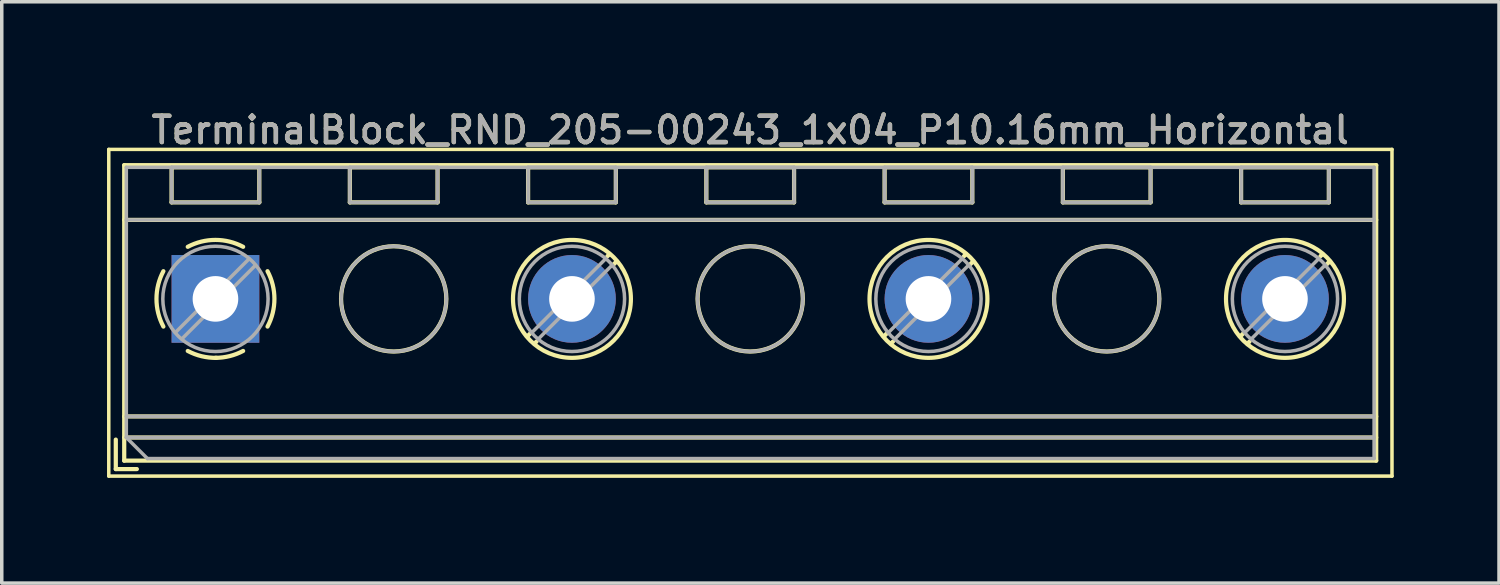
<source format=kicad_pcb>
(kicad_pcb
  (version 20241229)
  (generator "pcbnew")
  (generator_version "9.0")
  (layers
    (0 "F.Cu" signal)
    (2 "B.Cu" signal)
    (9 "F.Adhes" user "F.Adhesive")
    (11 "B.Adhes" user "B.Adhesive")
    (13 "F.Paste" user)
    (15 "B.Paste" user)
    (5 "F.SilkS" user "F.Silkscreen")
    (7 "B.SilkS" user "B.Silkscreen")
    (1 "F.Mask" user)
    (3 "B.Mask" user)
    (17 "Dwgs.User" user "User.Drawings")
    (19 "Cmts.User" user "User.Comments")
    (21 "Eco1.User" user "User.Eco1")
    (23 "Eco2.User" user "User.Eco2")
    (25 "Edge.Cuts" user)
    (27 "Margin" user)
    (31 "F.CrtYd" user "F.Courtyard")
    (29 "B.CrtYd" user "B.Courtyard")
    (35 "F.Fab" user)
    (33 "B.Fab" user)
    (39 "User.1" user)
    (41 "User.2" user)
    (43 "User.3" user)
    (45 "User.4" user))
  (footprint "TerminalBlock_RND_205-00243_1x04_P10.16mm_Horizontal"
    (layer "F.Cu")
    (at 3.09 5.468)
    (property "Reference" "TerminalBlock_RND_205-00243_1x04_P10.16mm_Horizontal" (at 15.24 -4.81 0) (layer "F.SilkS") (effects (font (size 0.75 0.75) (thickness 0.125))))
    (attr through_hole)
    (fp_line (start -3.04 -4.26) (end -3.04 5.05) (stroke (width 0.1) (type solid)) (layer "F.SilkS"))
    (fp_line (start -3.04 5.05) (end 33.53 5.05) (stroke (width 0.1) (type solid)) (layer "F.SilkS"))
    (fp_line (start -2.84 4.01) (end -2.84 4.85) (stroke (width 0.12) (type solid)) (layer "F.SilkS"))
    (fp_line (start -2.84 4.85) (end -2.24 4.85) (stroke (width 0.12) (type solid)) (layer "F.SilkS"))
    (fp_line (start -2.6 -3.811) (end -2.6 4.61) (stroke (width 0.12) (type solid)) (layer "F.SilkS"))
    (fp_line (start -2.6 -3.811) (end 33.08 -3.811) (stroke (width 0.12) (type solid)) (layer "F.SilkS"))
    (fp_line (start -2.6 -2.251) (end 33.08 -2.251) (stroke (width 0.12) (type solid)) (layer "F.SilkS"))
    (fp_line (start -2.6 3.35) (end 33.08 3.35) (stroke (width 0.12) (type solid)) (layer "F.SilkS"))
    (fp_line (start -2.6 3.95) (end 33.08 3.95) (stroke (width 0.12) (type solid)) (layer "F.SilkS"))
    (fp_line (start -2.6 4.61) (end 33.08 4.61) (stroke (width 0.12) (type solid)) (layer "F.SilkS"))
    (fp_line (start -1.25 -3.751) (end -1.25 -2.751) (stroke (width 0.12) (type solid)) (layer "F.SilkS"))
    (fp_line (start -1.25 -3.751) (end 1.25 -3.751) (stroke (width 0.12) (type solid)) (layer "F.SilkS"))
    (fp_line (start -1.25 -2.751) (end 1.25 -2.751) (stroke (width 0.12) (type solid)) (layer "F.SilkS"))
    (fp_line (start 1.25 -3.751) (end 1.25 -2.751) (stroke (width 0.12) (type solid)) (layer "F.SilkS"))
    (fp_line (start 3.83 -3.751) (end 3.83 -2.751) (stroke (width 0.12) (type solid)) (layer "F.SilkS"))
    (fp_line (start 3.83 -3.751) (end 6.33 -3.751) (stroke (width 0.12) (type solid)) (layer "F.SilkS"))
    (fp_line (start 3.83 -2.751) (end 6.33 -2.751) (stroke (width 0.12) (type solid)) (layer "F.SilkS"))
    (fp_line (start 6.33 -3.751) (end 6.33 -2.751) (stroke (width 0.12) (type solid)) (layer "F.SilkS"))
    (fp_line (start 8.91 -3.751) (end 8.91 -2.751) (stroke (width 0.12) (type solid)) (layer "F.SilkS"))
    (fp_line (start 8.91 -3.751) (end 11.41 -3.751) (stroke (width 0.12) (type solid)) (layer "F.SilkS"))
    (fp_line (start 8.91 -2.751) (end 11.41 -2.751) (stroke (width 0.12) (type solid)) (layer "F.SilkS"))
    (fp_line (start 8.98 0.976) (end 8.886 1.069) (stroke (width 0.12) (type solid)) (layer "F.SilkS"))
    (fp_line (start 9.15 1.216) (end 9.091 1.274) (stroke (width 0.12) (type solid)) (layer "F.SilkS"))
    (fp_line (start 11.23 -1.275) (end 11.171 -1.216) (stroke (width 0.12) (type solid)) (layer "F.SilkS"))
    (fp_line (start 11.41 -3.751) (end 11.41 -2.751) (stroke (width 0.12) (type solid)) (layer "F.SilkS"))
    (fp_line (start 11.435 -1.069) (end 11.341 -0.976) (stroke (width 0.12) (type solid)) (layer "F.SilkS"))
    (fp_line (start 13.99 -3.751) (end 13.99 -2.751) (stroke (width 0.12) (type solid)) (layer "F.SilkS"))
    (fp_line (start 13.99 -3.751) (end 16.49 -3.751) (stroke (width 0.12) (type solid)) (layer "F.SilkS"))
    (fp_line (start 13.99 -2.751) (end 16.49 -2.751) (stroke (width 0.12) (type solid)) (layer "F.SilkS"))
    (fp_line (start 16.49 -3.751) (end 16.49 -2.751) (stroke (width 0.12) (type solid)) (layer "F.SilkS"))
    (fp_line (start 19.07 -3.751) (end 19.07 -2.751) (stroke (width 0.12) (type solid)) (layer "F.SilkS"))
    (fp_line (start 19.07 -3.751) (end 21.57 -3.751) (stroke (width 0.12) (type solid)) (layer "F.SilkS"))
    (fp_line (start 19.07 -2.751) (end 21.57 -2.751) (stroke (width 0.12) (type solid)) (layer "F.SilkS"))
    (fp_line (start 19.14 0.976) (end 19.046 1.069) (stroke (width 0.12) (type solid)) (layer "F.SilkS"))
    (fp_line (start 19.31 1.216) (end 19.251 1.274) (stroke (width 0.12) (type solid)) (layer "F.SilkS"))
    (fp_line (start 21.39 -1.275) (end 21.331 -1.216) (stroke (width 0.12) (type solid)) (layer "F.SilkS"))
    (fp_line (start 21.57 -3.751) (end 21.57 -2.751) (stroke (width 0.12) (type solid)) (layer "F.SilkS"))
    (fp_line (start 21.595 -1.069) (end 21.501 -0.976) (stroke (width 0.12) (type solid)) (layer "F.SilkS"))
    (fp_line (start 24.15 -3.751) (end 24.15 -2.751) (stroke (width 0.12) (type solid)) (layer "F.SilkS"))
    (fp_line (start 24.15 -3.751) (end 26.65 -3.751) (stroke (width 0.12) (type solid)) (layer "F.SilkS"))
    (fp_line (start 24.15 -2.751) (end 26.65 -2.751) (stroke (width 0.12) (type solid)) (layer "F.SilkS"))
    (fp_line (start 26.65 -3.751) (end 26.65 -2.751) (stroke (width 0.12) (type solid)) (layer "F.SilkS"))
    (fp_line (start 29.23 -3.751) (end 29.23 -2.751) (stroke (width 0.12) (type solid)) (layer "F.SilkS"))
    (fp_line (start 29.23 -3.751) (end 31.73 -3.751) (stroke (width 0.12) (type solid)) (layer "F.SilkS"))
    (fp_line (start 29.23 -2.751) (end 31.73 -2.751) (stroke (width 0.12) (type solid)) (layer "F.SilkS"))
    (fp_line (start 29.3 0.976) (end 29.206 1.069) (stroke (width 0.12) (type solid)) (layer "F.SilkS"))
    (fp_line (start 29.47 1.216) (end 29.411 1.274) (stroke (width 0.12) (type solid)) (layer "F.SilkS"))
    (fp_line (start 31.55 -1.275) (end 31.491 -1.216) (stroke (width 0.12) (type solid)) (layer "F.SilkS"))
    (fp_line (start 31.73 -3.751) (end 31.73 -2.751) (stroke (width 0.12) (type solid)) (layer "F.SilkS"))
    (fp_line (start 31.755 -1.069) (end 31.661 -0.976) (stroke (width 0.12) (type solid)) (layer "F.SilkS"))
    (fp_line (start 33.08 -3.811) (end 33.08 4.61) (stroke (width 0.12) (type solid)) (layer "F.SilkS"))
    (fp_line (start 33.53 -4.26) (end -3.04 -4.26) (stroke (width 0.1) (type solid)) (layer "F.SilkS"))
    (fp_line (start 33.53 5.05) (end 33.53 -4.26) (stroke (width 0.1) (type solid)) (layer "F.SilkS"))
    (fp_arc (start -1.483953 0.789089) (mid -1.680708 0.00005) (end -1.484 -0.789) (stroke (width 0.12) (type solid)) (layer "F.SilkS"))
    (fp_arc (start -0.789089 -1.483953) (mid -0.00005 -1.680708) (end 0.789 -1.484) (stroke (width 0.12) (type solid)) (layer "F.SilkS"))
    (fp_arc (start 0.029383 1.68045) (mid -0.392304 1.634281) (end -0.789 1.484) (stroke (width 0.12) (type solid)) (layer "F.SilkS"))
    (fp_arc (start 0.788712 1.483352) (mid 0.406429 1.630097) (end 0 1.68) (stroke (width 0.12) (type solid)) (layer "F.SilkS"))
    (fp_arc (start 1.483953 -0.789089) (mid 1.680708 -0.00005) (end 1.484 0.789) (stroke (width 0.12) (type solid)) (layer "F.SilkS"))
    (fp_circle (center 5.08 0) (end 6.58 0) (stroke (width 0.12) (type solid)) (fill no) (layer "F.SilkS"))
    (fp_circle (center 10.16 0) (end 11.84 0) (stroke (width 0.12) (type solid)) (fill no) (layer "F.SilkS"))
    (fp_circle (center 15.24 0) (end 16.74 0) (stroke (width 0.12) (type solid)) (fill no) (layer "F.SilkS"))
    (fp_circle (center 20.32 0) (end 22 0) (stroke (width 0.12) (type solid)) (fill no) (layer "F.SilkS"))
    (fp_circle (center 25.4 0) (end 26.9 0) (stroke (width 0.12) (type solid)) (fill no) (layer "F.SilkS"))
    (fp_circle (center 30.48 0) (end 32.16 0) (stroke (width 0.12) (type solid)) (fill no) (layer "F.SilkS"))
    (fp_line (start -2.54 -3.75) (end 33.02 -3.75) (stroke (width 0.1) (type solid)) (layer "F.Fab"))
    (fp_line (start -2.54 -2.25) (end 33.02 -2.25) (stroke (width 0.1) (type solid)) (layer "F.Fab"))
    (fp_line (start -2.54 3.35) (end 33.02 3.35) (stroke (width 0.1) (type solid)) (layer "F.Fab"))
    (fp_line (start -2.54 3.95) (end -2.54 -3.75) (stroke (width 0.1) (type solid)) (layer "F.Fab"))
    (fp_line (start -2.54 3.95) (end 33.02 3.95) (stroke (width 0.1) (type solid)) (layer "F.Fab"))
    (fp_line (start -1.94 4.55) (end -2.54 3.95) (stroke (width 0.1) (type solid)) (layer "F.Fab"))
    (fp_line (start -1.25 -3.75) (end -1.25 -2.75) (stroke (width 0.1) (type solid)) (layer "F.Fab"))
    (fp_line (start -1.25 -2.75) (end 1.25 -2.75) (stroke (width 0.1) (type solid)) (layer "F.Fab"))
    (fp_line (start 0.955 -1.138) (end -1.138 0.955) (stroke (width 0.1) (type solid)) (layer "F.Fab"))
    (fp_line (start 1.138 -0.955) (end -0.955 1.138) (stroke (width 0.1) (type solid)) (layer "F.Fab"))
    (fp_line (start 1.25 -3.75) (end -1.25 -3.75) (stroke (width 0.1) (type solid)) (layer "F.Fab"))
    (fp_line (start 1.25 -2.75) (end 1.25 -3.75) (stroke (width 0.1) (type solid)) (layer "F.Fab"))
    (fp_line (start 3.83 -3.75) (end 3.83 -2.75) (stroke (width 0.1) (type solid)) (layer "F.Fab"))
    (fp_line (start 3.83 -2.75) (end 6.33 -2.75) (stroke (width 0.1) (type solid)) (layer "F.Fab"))
    (fp_line (start 6.33 -3.75) (end 3.83 -3.75) (stroke (width 0.1) (type solid)) (layer "F.Fab"))
    (fp_line (start 6.33 -2.75) (end 6.33 -3.75) (stroke (width 0.1) (type solid)) (layer "F.Fab"))
    (fp_line (start 8.91 -3.75) (end 8.91 -2.75) (stroke (width 0.1) (type solid)) (layer "F.Fab"))
    (fp_line (start 8.91 -2.75) (end 11.41 -2.75) (stroke (width 0.1) (type solid)) (layer "F.Fab"))
    (fp_line (start 11.115 -1.138) (end 9.023 0.955) (stroke (width 0.1) (type solid)) (layer "F.Fab"))
    (fp_line (start 11.298 -0.955) (end 9.206 1.138) (stroke (width 0.1) (type solid)) (layer "F.Fab"))
    (fp_line (start 11.41 -3.75) (end 8.91 -3.75) (stroke (width 0.1) (type solid)) (layer "F.Fab"))
    (fp_line (start 11.41 -2.75) (end 11.41 -3.75) (stroke (width 0.1) (type solid)) (layer "F.Fab"))
    (fp_line (start 13.99 -3.75) (end 13.99 -2.75) (stroke (width 0.1) (type solid)) (layer "F.Fab"))
    (fp_line (start 13.99 -2.75) (end 16.49 -2.75) (stroke (width 0.1) (type solid)) (layer "F.Fab"))
    (fp_line (start 16.49 -3.75) (end 13.99 -3.75) (stroke (width 0.1) (type solid)) (layer "F.Fab"))
    (fp_line (start 16.49 -2.75) (end 16.49 -3.75) (stroke (width 0.1) (type solid)) (layer "F.Fab"))
    (fp_line (start 19.07 -3.75) (end 19.07 -2.75) (stroke (width 0.1) (type solid)) (layer "F.Fab"))
    (fp_line (start 19.07 -2.75) (end 21.57 -2.75) (stroke (width 0.1) (type solid)) (layer "F.Fab"))
    (fp_line (start 21.275 -1.138) (end 19.183 0.955) (stroke (width 0.1) (type solid)) (layer "F.Fab"))
    (fp_line (start 21.458 -0.955) (end 19.366 1.138) (stroke (width 0.1) (type solid)) (layer "F.Fab"))
    (fp_line (start 21.57 -3.75) (end 19.07 -3.75) (stroke (width 0.1) (type solid)) (layer "F.Fab"))
    (fp_line (start 21.57 -2.75) (end 21.57 -3.75) (stroke (width 0.1) (type solid)) (layer "F.Fab"))
    (fp_line (start 24.15 -3.75) (end 24.15 -2.75) (stroke (width 0.1) (type solid)) (layer "F.Fab"))
    (fp_line (start 24.15 -2.75) (end 26.65 -2.75) (stroke (width 0.1) (type solid)) (layer "F.Fab"))
    (fp_line (start 26.65 -3.75) (end 24.15 -3.75) (stroke (width 0.1) (type solid)) (layer "F.Fab"))
    (fp_line (start 26.65 -2.75) (end 26.65 -3.75) (stroke (width 0.1) (type solid)) (layer "F.Fab"))
    (fp_line (start 29.23 -3.75) (end 29.23 -2.75) (stroke (width 0.1) (type solid)) (layer "F.Fab"))
    (fp_line (start 29.23 -2.75) (end 31.73 -2.75) (stroke (width 0.1) (type solid)) (layer "F.Fab"))
    (fp_line (start 31.435 -1.138) (end 29.343 0.955) (stroke (width 0.1) (type solid)) (layer "F.Fab"))
    (fp_line (start 31.618 -0.955) (end 29.526 1.138) (stroke (width 0.1) (type solid)) (layer "F.Fab"))
    (fp_line (start 31.73 -3.75) (end 29.23 -3.75) (stroke (width 0.1) (type solid)) (layer "F.Fab"))
    (fp_line (start 31.73 -2.75) (end 31.73 -3.75) (stroke (width 0.1) (type solid)) (layer "F.Fab"))
    (fp_line (start 33.02 -3.75) (end 33.02 4.55) (stroke (width 0.1) (type solid)) (layer "F.Fab"))
    (fp_line (start 33.02 4.55) (end -1.94 4.55) (stroke (width 0.1) (type solid)) (layer "F.Fab"))
    (fp_circle (center 0 0) (end 1.5 0) (stroke (width 0.1) (type solid)) (fill no) (layer "F.Fab"))
    (fp_circle (center 5.08 0) (end 6.58 0) (stroke (width 0.1) (type solid)) (fill no) (layer "F.Fab"))
    (fp_circle (center 10.16 0) (end 11.66 0) (stroke (width 0.1) (type solid)) (fill no) (layer "F.Fab"))
    (fp_circle (center 15.24 0) (end 16.74 0) (stroke (width 0.1) (type solid)) (fill no) (layer "F.Fab"))
    (fp_circle (center 20.32 0) (end 21.82 0) (stroke (width 0.1) (type solid)) (fill no) (layer "F.Fab"))
    (fp_circle (center 25.4 0) (end 26.9 0) (stroke (width 0.1) (type solid)) (fill no) (layer "F.Fab"))
    (fp_circle (center 30.48 0) (end 31.98 0) (stroke (width 0.1) (type solid)) (fill no) (layer "F.Fab"))
    (fp_text user "${REFERENCE}" (at 15.24 -4.81 0) (layer "F.Fab") (effects (font (size 0.75 0.75) (thickness 0.125))))
    (pad "1" thru_hole rect (at 0 0) (size 2.5 2.5) (drill 1.3) (layers "*.Cu" "*.Mask"))
    (pad "2" thru_hole circle (at 10.16 0) (size 2.5 2.5) (drill 1.3) (layers "*.Cu" "*.Mask"))
    (pad "3" thru_hole circle (at 20.32 0) (size 2.5 2.5) (drill 1.3) (layers "*.Cu" "*.Mask"))
    (pad "4" thru_hole circle (at 30.48 0) (size 2.5 2.5) (drill 1.3) (layers "*.Cu" "*.Mask")))
  (gr_rect
    (start -3 -3)
    (end 39.67 13.568)
    (stroke (width 0.1) (type default))
    (fill no)
    (layer "Edge.Cuts")))
</source>
